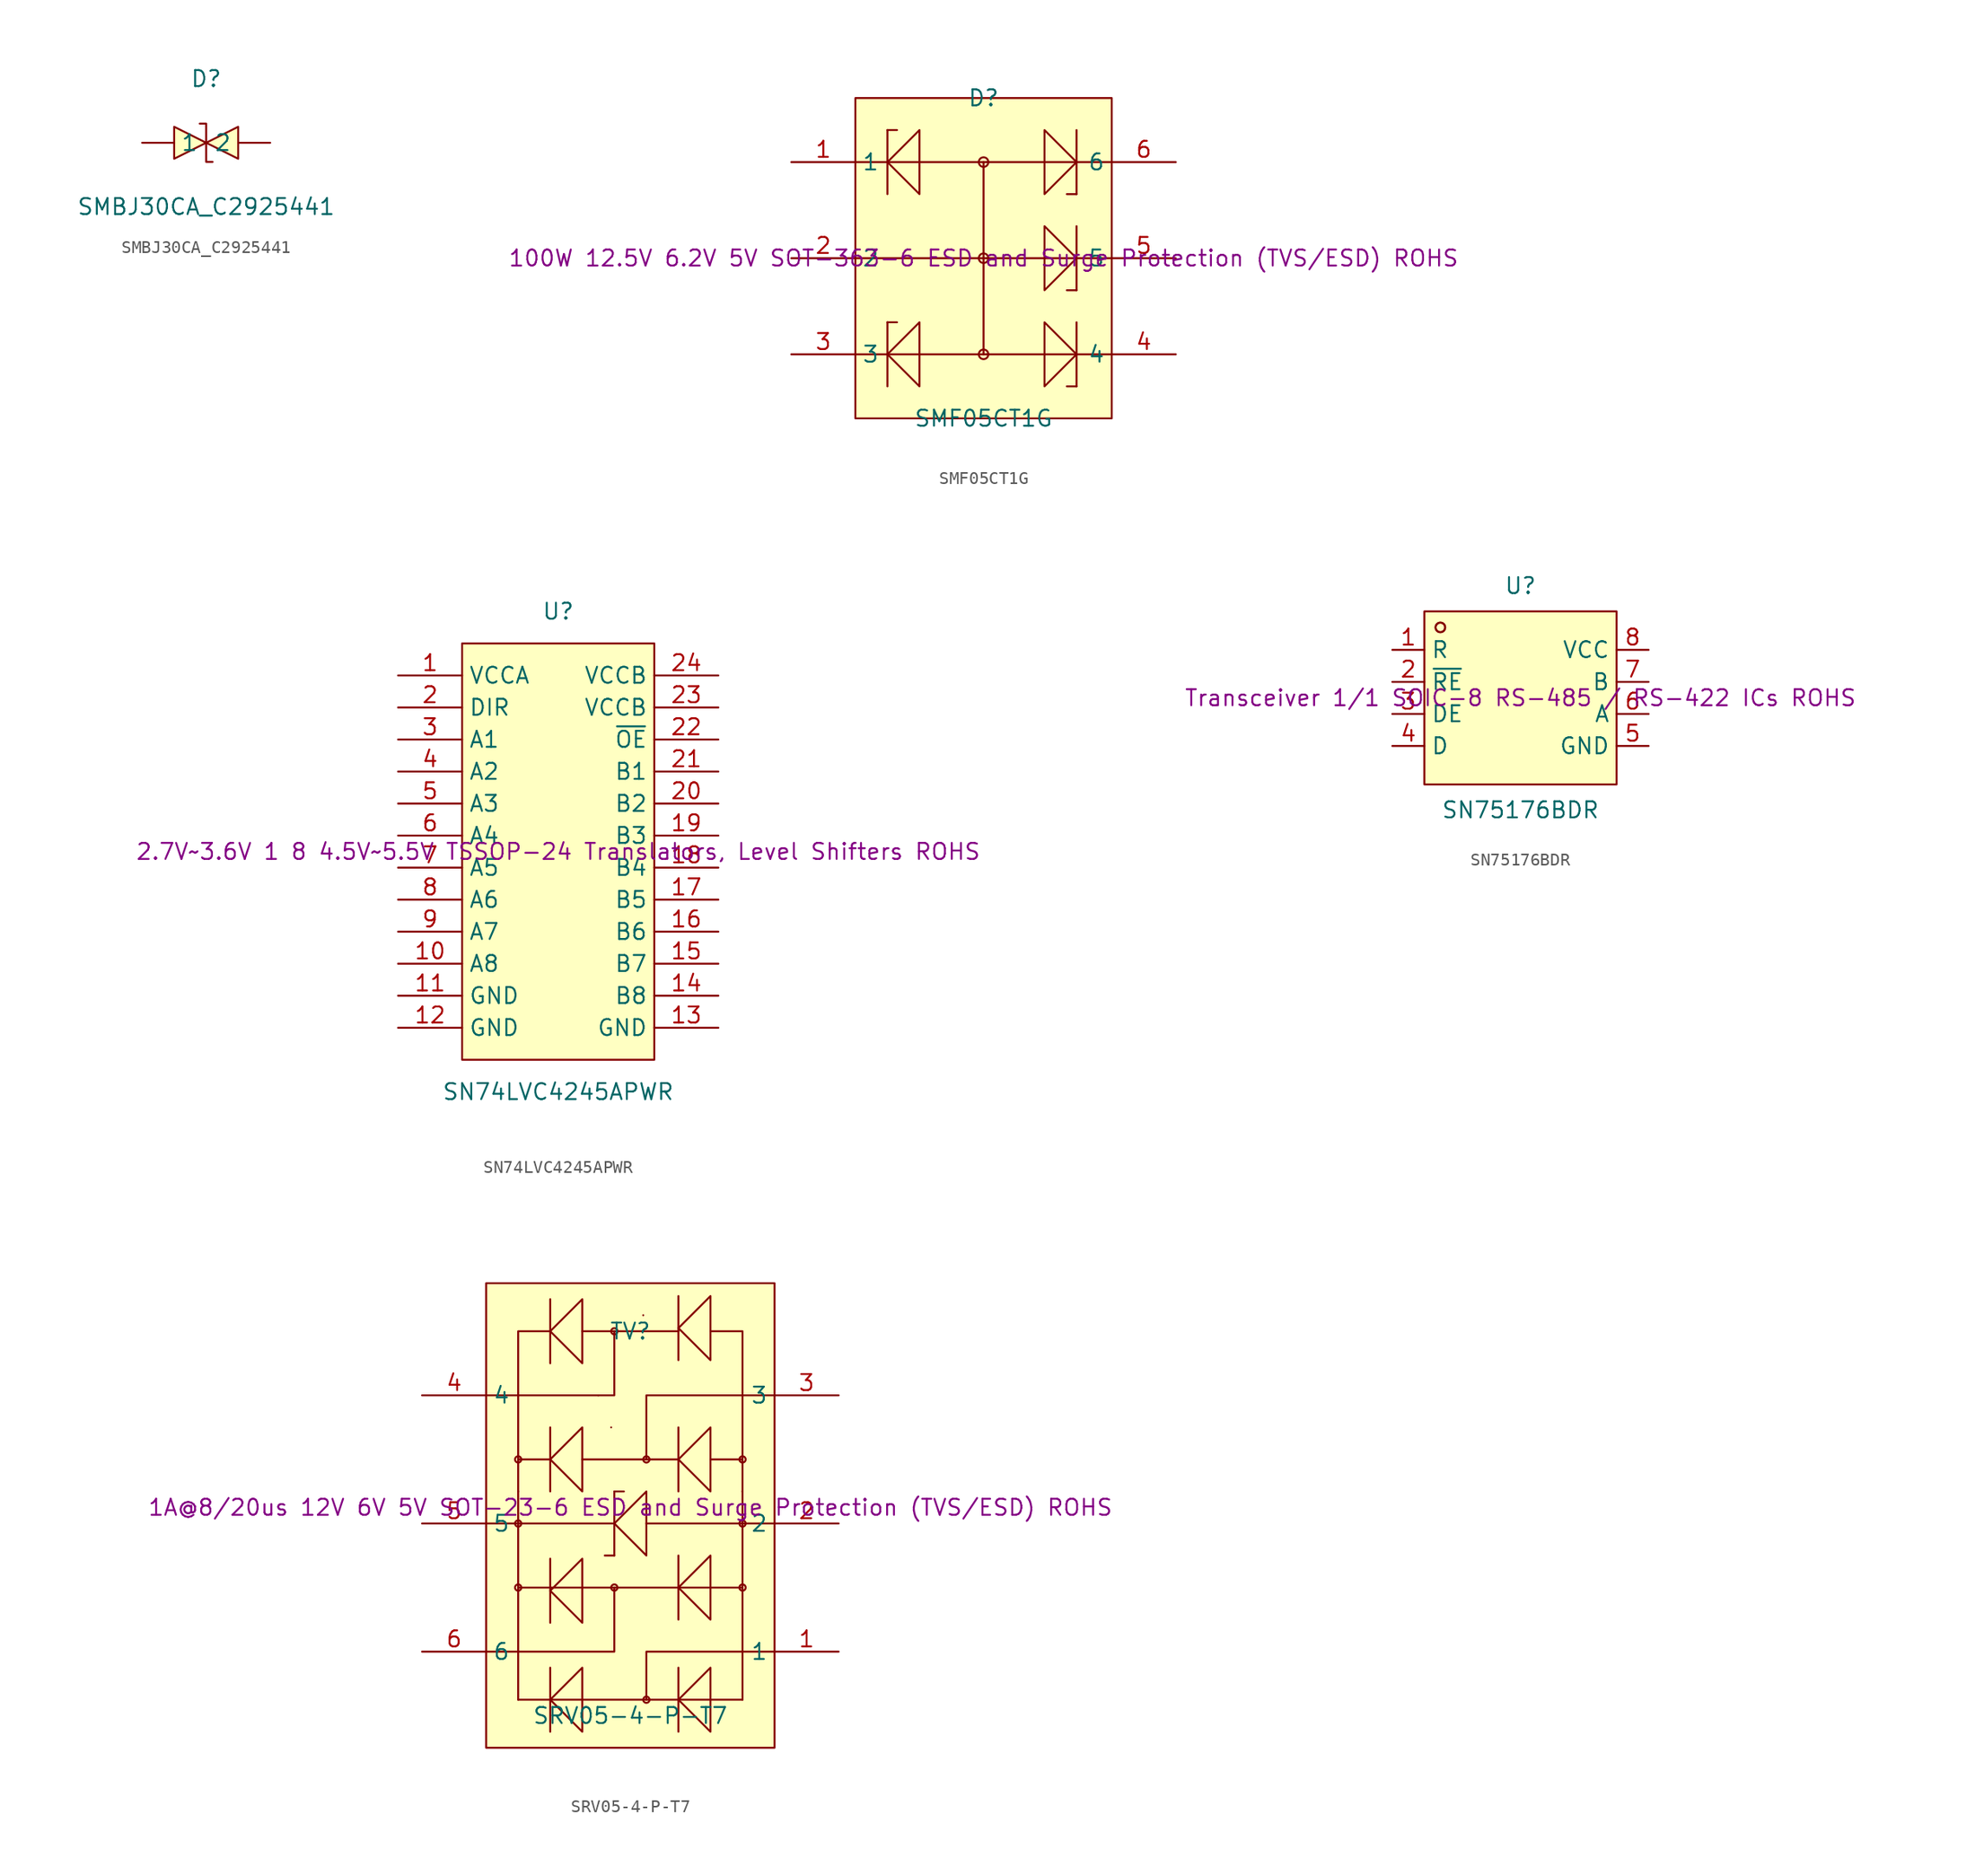
<source format=kicad_sym>
(kicad_symbol_lib
  (version 20241209)
  (generator "kicad_symbol_editor")
  (generator_version "9.0")
  (symbol "SMBJ30CA_C2925441"
    (pin_numbers
      (hide yes))
    (property "Reference" "D"
      (at 0 5.08 0)
      (effects (font (size 1.27 1.27))))
    (property "Value" "SMBJ30CA_C2925441"
      (at 0 -5.08 0)
      (effects (font (size 1.27 1.27))))
    (symbol "SMBJ30CA_C2925441_0_1"
      (polyline (pts (xy -2.54 1.27) (xy 0 0) (xy -2.54 -1.27) (xy -2.54 1.27)) (stroke (width 0) (type default)) (fill (type background)))
      (polyline (pts (xy -0.51 1.52) (xy -0.51 1.52) (xy 0 1.52) (xy 0 -1.52) (xy 0.51 -1.52) (xy 0.51 -1.52)) (stroke (width 0) (type default)) (fill (type none)))
      (polyline (pts (xy 2.54 1.27) (xy 0 0) (xy 2.54 -1.27) (xy 2.54 1.27)) (stroke (width 0) (type default)) (fill (type background)))
      (pin unspecified line (at -5.08 0 0) (length 2.54) (name "1" (effects (font (size 1.27 1.27)))) (number "1" (effects (font (size 1.27 1.27)))))
      (pin unspecified line (at 5.08 0 180) (length 2.54) (name "2" (effects (font (size 1.27 1.27)))) (number "2" (effects (font (size 1.27 1.27)))))))
  (symbol "SMF05CT1G"
    (property "Reference" "D"
      (at 0 12.7 0)
      (effects (font (size 1.27 1.27))))
    (property "Value" "SMF05CT1G"
      (at 0 -12.7 0)
      (effects (font (size 1.27 1.27))))
    (property "Description" "100W 12.5V 6.2V 5V SOT-363-6 ESD and Surge Protection (TVS/ESD) ROHS"
      (at 0 0 0)
      (effects (font (size 1.27 1.27))))
    (symbol "SMF05CT1G_0_1"
      (rectangle (start -10.16 12.7) (end 10.16 -12.7) (stroke (width 0) (type default)) (fill (type background)))
      (polyline (pts (xy -10.16 7.62) (xy 10.16 7.62)) (stroke (width 0) (type default)) (fill (type none)))
      (polyline (pts (xy -10.16 0) (xy 0 0)) (stroke (width 0) (type default)) (fill (type none)))
      (polyline (pts (xy -10.16 -7.62) (xy 10.16 -7.62)) (stroke (width 0) (type default)) (fill (type none)))
      (polyline (pts (xy -7.62 10.16) (xy -6.86 10.16)) (stroke (width 0) (type default)) (fill (type none)))
      (polyline (pts (xy -7.62 5.08) (xy -7.62 10.16)) (stroke (width 0) (type default)) (fill (type none)))
      (polyline (pts (xy -7.62 -5.08) (xy -6.86 -5.08)) (stroke (width 0) (type default)) (fill (type none)))
      (polyline (pts (xy -7.62 -10.16) (xy -7.62 -5.08)) (stroke (width 0) (type default)) (fill (type none)))
      (polyline (pts (xy -5.08 10.16) (xy -7.62 7.62) (xy -5.08 5.08) (xy -5.08 10.16)) (stroke (width 0) (type default)) (fill (type background)))
      (polyline (pts (xy -5.08 -5.08) (xy -7.62 -7.62) (xy -5.08 -10.16) (xy -5.08 -5.08)) (stroke (width 0) (type default)) (fill (type background)))
      (circle (center 0 7.62) (radius 0.38) (stroke (width 0) (type default)) (fill (type none)))
      (polyline (pts (xy 0 0) (xy 10.16 0)) (stroke (width 0) (type default)) (fill (type none)))
      (circle (center 0 0) (radius 0.38) (stroke (width 0) (type default)) (fill (type none)))
      (polyline (pts (xy 0 -7.62) (xy 0 7.62)) (stroke (width 0) (type default)) (fill (type none)))
      (circle (center 0 -7.62) (radius 0.38) (stroke (width 0) (type default)) (fill (type none)))
      (arc (start 0.25 7.62) (mid 0.25 7.62) (end 0.25 7.62) (stroke (width 0) (type default)) (fill (type none)))
      (arc (start 0.25 0) (mid 0.25 0) (end 0.25 0) (stroke (width 0) (type default)) (fill (type none)))
      (arc (start 0.25 -7.62) (mid 0.25 -7.62) (end 0.25 -7.62) (stroke (width 0) (type default)) (fill (type none)))
      (polyline (pts (xy 4.83 5.08) (xy 7.37 7.62) (xy 4.83 10.16) (xy 4.83 5.08)) (stroke (width 0) (type default)) (fill (type background)))
      (polyline (pts (xy 4.83 -2.54) (xy 7.37 0) (xy 4.83 2.54) (xy 4.83 -2.54)) (stroke (width 0) (type default)) (fill (type background)))
      (polyline (pts (xy 4.83 -10.16) (xy 7.37 -7.62) (xy 4.83 -5.08) (xy 4.83 -10.16)) (stroke (width 0) (type default)) (fill (type background)))
      (polyline (pts (xy 7.37 10.16) (xy 7.37 5.08)) (stroke (width 0) (type default)) (fill (type none)))
      (polyline (pts (xy 7.37 5.08) (xy 6.6 5.08)) (stroke (width 0) (type default)) (fill (type none)))
      (polyline (pts (xy 7.37 2.54) (xy 7.37 -2.54)) (stroke (width 0) (type default)) (fill (type none)))
      (polyline (pts (xy 7.37 -2.54) (xy 6.6 -2.54)) (stroke (width 0) (type default)) (fill (type none)))
      (polyline (pts (xy 7.37 -5.08) (xy 7.37 -10.16)) (stroke (width 0) (type default)) (fill (type none)))
      (polyline (pts (xy 7.37 -10.16) (xy 6.6 -10.16)) (stroke (width 0) (type default)) (fill (type none)))
      (pin input line (at -15.24 7.62 0) (length 5.08) (name "1" (effects (font (size 1.27 1.27)))) (number "1" (effects (font (size 1.27 1.27)))))
      (pin input line (at -15.24 0 0) (length 5.08) (name "2" (effects (font (size 1.27 1.27)))) (number "2" (effects (font (size 1.27 1.27)))))
      (pin input line (at -15.24 -7.62 0) (length 5.08) (name "3" (effects (font (size 1.27 1.27)))) (number "3" (effects (font (size 1.27 1.27)))))
      (pin input line (at 15.24 7.62 180) (length 5.08) (name "6" (effects (font (size 1.27 1.27)))) (number "6" (effects (font (size 1.27 1.27)))))
      (pin input line (at 15.24 0 180) (length 5.08) (name "5" (effects (font (size 1.27 1.27)))) (number "5" (effects (font (size 1.27 1.27)))))
      (pin input line (at 15.24 -7.62 180) (length 5.08) (name "4" (effects (font (size 1.27 1.27)))) (number "4" (effects (font (size 1.27 1.27)))))))
  (symbol "SN74LVC4245APWR"
    (property "Reference" "U"
      (at 0 19.05 0)
      (effects (font (size 1.27 1.27))))
    (property "Value" "SN74LVC4245APWR"
      (at 0 -19.05 0)
      (effects (font (size 1.27 1.27))))
    (property "Description" "2.7V~3.6V 1 8 4.5V~5.5V TSSOP-24 Translators, Level Shifters ROHS"
      (at 0 0 0)
      (effects (font (size 1.27 1.27))))
    (symbol "SN74LVC4245APWR_0_1"
      (rectangle (start -7.62 16.51) (end 7.62 -16.51) (stroke (width 0) (type default)) (fill (type background)))
      (pin unspecified line (at -12.7 13.97 0) (length 5.08) (name "VCCA" (effects (font (size 1.27 1.27)))) (number "1" (effects (font (size 1.27 1.27)))))
      (pin unspecified line (at -12.7 11.43 0) (length 5.08) (name "DIR" (effects (font (size 1.27 1.27)))) (number "2" (effects (font (size 1.27 1.27)))))
      (pin unspecified line (at -12.7 8.89 0) (length 5.08) (name "A1" (effects (font (size 1.27 1.27)))) (number "3" (effects (font (size 1.27 1.27)))))
      (pin unspecified line (at -12.7 6.35 0) (length 5.08) (name "A2" (effects (font (size 1.27 1.27)))) (number "4" (effects (font (size 1.27 1.27)))))
      (pin unspecified line (at -12.7 3.81 0) (length 5.08) (name "A3" (effects (font (size 1.27 1.27)))) (number "5" (effects (font (size 1.27 1.27)))))
      (pin unspecified line (at -12.7 1.27 0) (length 5.08) (name "A4" (effects (font (size 1.27 1.27)))) (number "6" (effects (font (size 1.27 1.27)))))
      (pin unspecified line (at -12.7 -1.27 0) (length 5.08) (name "A5" (effects (font (size 1.27 1.27)))) (number "7" (effects (font (size 1.27 1.27)))))
      (pin unspecified line (at -12.7 -3.81 0) (length 5.08) (name "A6" (effects (font (size 1.27 1.27)))) (number "8" (effects (font (size 1.27 1.27)))))
      (pin unspecified line (at -12.7 -6.35 0) (length 5.08) (name "A7" (effects (font (size 1.27 1.27)))) (number "9" (effects (font (size 1.27 1.27)))))
      (pin unspecified line (at -12.7 -8.89 0) (length 5.08) (name "A8" (effects (font (size 1.27 1.27)))) (number "10" (effects (font (size 1.27 1.27)))))
      (pin unspecified line (at -12.7 -11.43 0) (length 5.08) (name "GND" (effects (font (size 1.27 1.27)))) (number "11" (effects (font (size 1.27 1.27)))))
      (pin unspecified line (at -12.7 -13.97 0) (length 5.08) (name "GND" (effects (font (size 1.27 1.27)))) (number "12" (effects (font (size 1.27 1.27)))))
      (pin unspecified line (at 12.7 13.97 180) (length 5.08) (name "VCCB" (effects (font (size 1.27 1.27)))) (number "24" (effects (font (size 1.27 1.27)))))
      (pin unspecified line (at 12.7 11.43 180) (length 5.08) (name "VCCB" (effects (font (size 1.27 1.27)))) (number "23" (effects (font (size 1.27 1.27)))))
      (pin unspecified line (at 12.7 8.89 180) (length 5.08) (name "~{OE}" (effects (font (size 1.27 1.27)))) (number "22" (effects (font (size 1.27 1.27)))))
      (pin unspecified line (at 12.7 6.35 180) (length 5.08) (name "B1" (effects (font (size 1.27 1.27)))) (number "21" (effects (font (size 1.27 1.27)))))
      (pin unspecified line (at 12.7 3.81 180) (length 5.08) (name "B2" (effects (font (size 1.27 1.27)))) (number "20" (effects (font (size 1.27 1.27)))))
      (pin unspecified line (at 12.7 1.27 180) (length 5.08) (name "B3" (effects (font (size 1.27 1.27)))) (number "19" (effects (font (size 1.27 1.27)))))
      (pin unspecified line (at 12.7 -1.27 180) (length 5.08) (name "B4" (effects (font (size 1.27 1.27)))) (number "18" (effects (font (size 1.27 1.27)))))
      (pin unspecified line (at 12.7 -3.81 180) (length 5.08) (name "B5" (effects (font (size 1.27 1.27)))) (number "17" (effects (font (size 1.27 1.27)))))
      (pin unspecified line (at 12.7 -6.35 180) (length 5.08) (name "B6" (effects (font (size 1.27 1.27)))) (number "16" (effects (font (size 1.27 1.27)))))
      (pin unspecified line (at 12.7 -8.89 180) (length 5.08) (name "B7" (effects (font (size 1.27 1.27)))) (number "15" (effects (font (size 1.27 1.27)))))
      (pin unspecified line (at 12.7 -11.43 180) (length 5.08) (name "B8" (effects (font (size 1.27 1.27)))) (number "14" (effects (font (size 1.27 1.27)))))
      (pin unspecified line (at 12.7 -13.97 180) (length 5.08) (name "GND" (effects (font (size 1.27 1.27)))) (number "13" (effects (font (size 1.27 1.27)))))))
  (symbol "SN75176BDR"
    (property "Reference" "U"
      (at 0 8.89 0)
      (effects (font (size 1.27 1.27))))
    (property "Value" "SN75176BDR"
      (at 0 -8.89 0)
      (effects (font (size 1.27 1.27))))
    (property "Description" "Transceiver 1/1 SOIC-8 RS-485 / RS-422 ICs ROHS"
      (at 0 0 0)
      (effects (font (size 1.27 1.27))))
    (symbol "SN75176BDR_0_1"
      (rectangle (start -7.62 6.86) (end 7.62 -6.86) (stroke (width 0) (type default)) (fill (type background)))
      (circle (center -6.35 5.59) (radius 0.38) (stroke (width 0) (type default)) (fill (type none)))
      (circle (center -6.35 5.59) (radius 0.38) (stroke (width 0) (type default)) (fill (type none)))
      (pin unspecified line (at -10.16 3.81 0) (length 2.54) (name "R" (effects (font (size 1.27 1.27)))) (number "1" (effects (font (size 1.27 1.27)))))
      (pin unspecified line (at -10.16 1.27 0) (length 2.54) (name "~{RE}" (effects (font (size 1.27 1.27)))) (number "2" (effects (font (size 1.27 1.27)))))
      (pin unspecified line (at -10.16 -1.27 0) (length 2.54) (name "DE" (effects (font (size 1.27 1.27)))) (number "3" (effects (font (size 1.27 1.27)))))
      (pin unspecified line (at -10.16 -3.81 0) (length 2.54) (name "D" (effects (font (size 1.27 1.27)))) (number "4" (effects (font (size 1.27 1.27)))))
      (pin unspecified line (at 10.16 3.81 180) (length 2.54) (name "VCC" (effects (font (size 1.27 1.27)))) (number "8" (effects (font (size 1.27 1.27)))))
      (pin unspecified line (at 10.16 1.27 180) (length 2.54) (name "B" (effects (font (size 1.27 1.27)))) (number "7" (effects (font (size 1.27 1.27)))))
      (pin unspecified line (at 10.16 -1.27 180) (length 2.54) (name "A" (effects (font (size 1.27 1.27)))) (number "6" (effects (font (size 1.27 1.27)))))
      (pin unspecified line (at 10.16 -3.81 180) (length 2.54) (name "GND" (effects (font (size 1.27 1.27)))) (number "5" (effects (font (size 1.27 1.27)))))))
  (symbol "SRV05-4-P-T7"
    (property "Reference" "TV"
      (at 0 13.97 0)
      (effects (font (size 1.27 1.27))))
    (property "Value" "SRV05-4-P-T7"
      (at 0 -16.51 0)
      (effects (font (size 1.27 1.27))))
    (property "Description" "1A@8/20us 12V 6V 5V SOT-23-6 ESD and Surge Protection (TVS/ESD) ROHS"
      (at 0 0 0)
      (effects (font (size 1.27 1.27))))
    (symbol "SRV05-4-P-T7_0_1"
      (rectangle (start -11.43 17.78) (end 11.43 -19.05) (stroke (width 0) (type default)) (fill (type background)))
      (polyline (pts (xy -8.89 8.89) (xy -11.43 8.89)) (stroke (width 0) (type default)) (fill (type none)))
      (circle (center -8.89 3.81) (radius 0.25) (stroke (width 0) (type default)) (fill (type none)))
      (circle (center -8.89 -1.27) (radius 0.25) (stroke (width 0) (type default)) (fill (type none)))
      (polyline (pts (xy -8.89 -1.27) (xy -11.43 -1.27)) (stroke (width 0) (type default)) (fill (type none)))
      (circle (center -8.89 -6.35) (radius 0.25) (stroke (width 0) (type default)) (fill (type none)))
      (polyline (pts (xy -8.89 -15.24) (xy -8.89 1.27)) (stroke (width 0) (type default)) (fill (type none)))
      (polyline (pts (xy -6.35 13.97) (xy -8.89 13.97) (xy -8.89 3.81)) (stroke (width 0) (type default)) (fill (type none)))
      (polyline (pts (xy -6.35 11.43) (xy -6.35 16.51)) (stroke (width 0) (type default)) (fill (type none)))
      (polyline (pts (xy -6.35 3.81) (xy -8.89 3.81) (xy -8.89 1.27)) (stroke (width 0) (type default)) (fill (type none)))
      (polyline (pts (xy -6.35 1.27) (xy -6.35 6.35)) (stroke (width 0) (type default)) (fill (type none)))
      (polyline (pts (xy -6.35 -9.14) (xy -6.35 -4.06)) (stroke (width 0) (type default)) (fill (type none)))
      (polyline (pts (xy -6.35 -17.78) (xy -6.35 -12.7)) (stroke (width 0) (type default)) (fill (type none)))
      (polyline (pts (xy -3.81 16.51) (xy -6.35 13.97) (xy -3.81 11.43) (xy -3.81 16.51)) (stroke (width 0) (type default)) (fill (type background)))
      (polyline (pts (xy -3.81 6.35) (xy -6.35 3.81) (xy -3.81 1.27) (xy -3.81 6.35)) (stroke (width 0) (type default)) (fill (type background)))
      (polyline (pts (xy -3.81 -4.06) (xy -6.35 -6.6) (xy -3.81 -9.14) (xy -3.81 -4.06)) (stroke (width 0) (type default)) (fill (type background)))
      (polyline (pts (xy -3.81 -12.7) (xy -6.35 -15.24) (xy -3.81 -17.78) (xy -3.81 -12.7)) (stroke (width 0) (type default)) (fill (type background)))
      (polyline (pts (xy -2.54 8.89) (xy -2.54 8.89)) (stroke (width 0) (type default)) (fill (type background)))
      (polyline (pts (xy -2.03 -3.81) (xy -1.27 -3.81)) (stroke (width 0) (type default)) (fill (type none)))
      (arc (start -1.52 6.35) (mid -1.52 6.35) (end -1.52 6.35) (stroke (width 0) (type default)) (fill (type none)))
      (circle (center -1.27 13.97) (radius 0.25) (stroke (width 0) (type default)) (fill (type none)))
      (polyline (pts (xy -1.27 13.97) (xy -1.27 8.89) (xy -8.89 8.89)) (stroke (width 0) (type default)) (fill (type none)))
      (polyline (pts (xy -1.27 1.27) (xy -0.51 1.27)) (stroke (width 0) (type default)) (fill (type none)))
      (polyline (pts (xy -1.27 -1.27) (xy -8.89 -1.27)) (stroke (width 0) (type default)) (fill (type none)))
      (polyline (pts (xy -1.27 -3.81) (xy -1.27 1.27)) (stroke (width 0) (type default)) (fill (type none)))
      (circle (center -1.27 -6.35) (radius 0.25) (stroke (width 0) (type default)) (fill (type none)))
      (polyline (pts (xy -1.27 -6.35) (xy -8.89 -6.35)) (stroke (width 0) (type default)) (fill (type none)))
      (polyline (pts (xy -1.27 -6.35) (xy -1.27 -11.43) (xy -11.43 -11.43)) (stroke (width 0) (type default)) (fill (type none)))
      (arc (start 1.02 15.24) (mid 1.02 15.24) (end 1.02 15.24) (stroke (width 0) (type default)) (fill (type none)))
      (polyline (pts (xy 1.27 3.81) (xy 1.27 8.89) (xy 11.43 8.89)) (stroke (width 0) (type default)) (fill (type none)))
      (circle (center 1.27 3.81) (radius 0.25) (stroke (width 0) (type default)) (fill (type none)))
      (polyline (pts (xy 1.27 1.27) (xy -1.27 -1.27) (xy 1.27 -3.81) (xy 1.27 1.27)) (stroke (width 0) (type default)) (fill (type background)))
      (polyline (pts (xy 1.27 -15.24) (xy 1.27 -11.43) (xy 11.43 -11.43)) (stroke (width 0) (type default)) (fill (type none)))
      (circle (center 1.27 -15.24) (radius 0.25) (stroke (width 0) (type default)) (fill (type none)))
      (polyline (pts (xy 3.81 13.97) (xy -3.81 13.97)) (stroke (width 0) (type default)) (fill (type none)))
      (polyline (pts (xy 3.81 11.68) (xy 3.81 16.76)) (stroke (width 0) (type default)) (fill (type none)))
      (polyline (pts (xy 3.81 3.81) (xy -3.81 3.81)) (stroke (width 0) (type default)) (fill (type none)))
      (polyline (pts (xy 3.81 1.27) (xy 3.81 6.35)) (stroke (width 0) (type default)) (fill (type none)))
      (polyline (pts (xy 3.81 -8.89) (xy 3.81 -3.81)) (stroke (width 0) (type default)) (fill (type none)))
      (polyline (pts (xy 3.81 -17.78) (xy 3.81 -12.7)) (stroke (width 0) (type default)) (fill (type none)))
      (polyline (pts (xy 6.35 16.76) (xy 3.81 14.22) (xy 6.35 11.68) (xy 6.35 16.76)) (stroke (width 0) (type default)) (fill (type background)))
      (polyline (pts (xy 6.35 6.35) (xy 3.81 3.81) (xy 6.35 1.27) (xy 6.35 6.35)) (stroke (width 0) (type default)) (fill (type background)))
      (polyline (pts (xy 6.35 3.81) (xy 8.89 3.81) (xy 8.89 1.27)) (stroke (width 0) (type default)) (fill (type none)))
      (polyline (pts (xy 6.35 -3.81) (xy 3.81 -6.35) (xy 6.35 -8.89) (xy 6.35 -3.81)) (stroke (width 0) (type default)) (fill (type background)))
      (polyline (pts (xy 6.35 -12.7) (xy 3.81 -15.24) (xy 6.35 -17.78) (xy 6.35 -12.7)) (stroke (width 0) (type default)) (fill (type background)))
      (polyline (pts (xy 8.89 3.81) (xy 8.89 13.97) (xy 6.35 13.97)) (stroke (width 0) (type default)) (fill (type none)))
      (circle (center 8.89 3.81) (radius 0.25) (stroke (width 0) (type default)) (fill (type none)))
      (circle (center 8.89 -1.27) (radius 0.25) (stroke (width 0) (type default)) (fill (type none)))
      (polyline (pts (xy 8.89 -6.35) (xy -1.27 -6.35)) (stroke (width 0) (type default)) (fill (type none)))
      (circle (center 8.89 -6.35) (radius 0.25) (stroke (width 0) (type default)) (fill (type none)))
      (polyline (pts (xy 8.89 -15.24) (xy -8.89 -15.24)) (stroke (width 0) (type default)) (fill (type none)))
      (polyline (pts (xy 8.89 -15.24) (xy 8.89 1.27)) (stroke (width 0) (type default)) (fill (type none)))
      (polyline (pts (xy 11.43 -1.27) (xy 1.27 -1.27)) (stroke (width 0) (type default)) (fill (type none)))
      (pin input line (at -16.51 8.89 0) (length 5.08) (name "4" (effects (font (size 1.27 1.27)))) (number "4" (effects (font (size 1.27 1.27)))))
      (pin input line (at -16.51 -1.27 0) (length 5.08) (name "5" (effects (font (size 1.27 1.27)))) (number "5" (effects (font (size 1.27 1.27)))))
      (pin input line (at -16.51 -11.43 0) (length 5.08) (name "6" (effects (font (size 1.27 1.27)))) (number "6" (effects (font (size 1.27 1.27)))))
      (pin input line (at 16.51 8.89 180) (length 5.08) (name "3" (effects (font (size 1.27 1.27)))) (number "3" (effects (font (size 1.27 1.27)))))
      (pin input line (at 16.51 -1.27 180) (length 5.08) (name "2" (effects (font (size 1.27 1.27)))) (number "2" (effects (font (size 1.27 1.27)))))
      (pin input line (at 16.51 -11.43 180) (length 5.08) (name "1" (effects (font (size 1.27 1.27)))) (number "1" (effects (font (size 1.27 1.27))))))))
</source>
